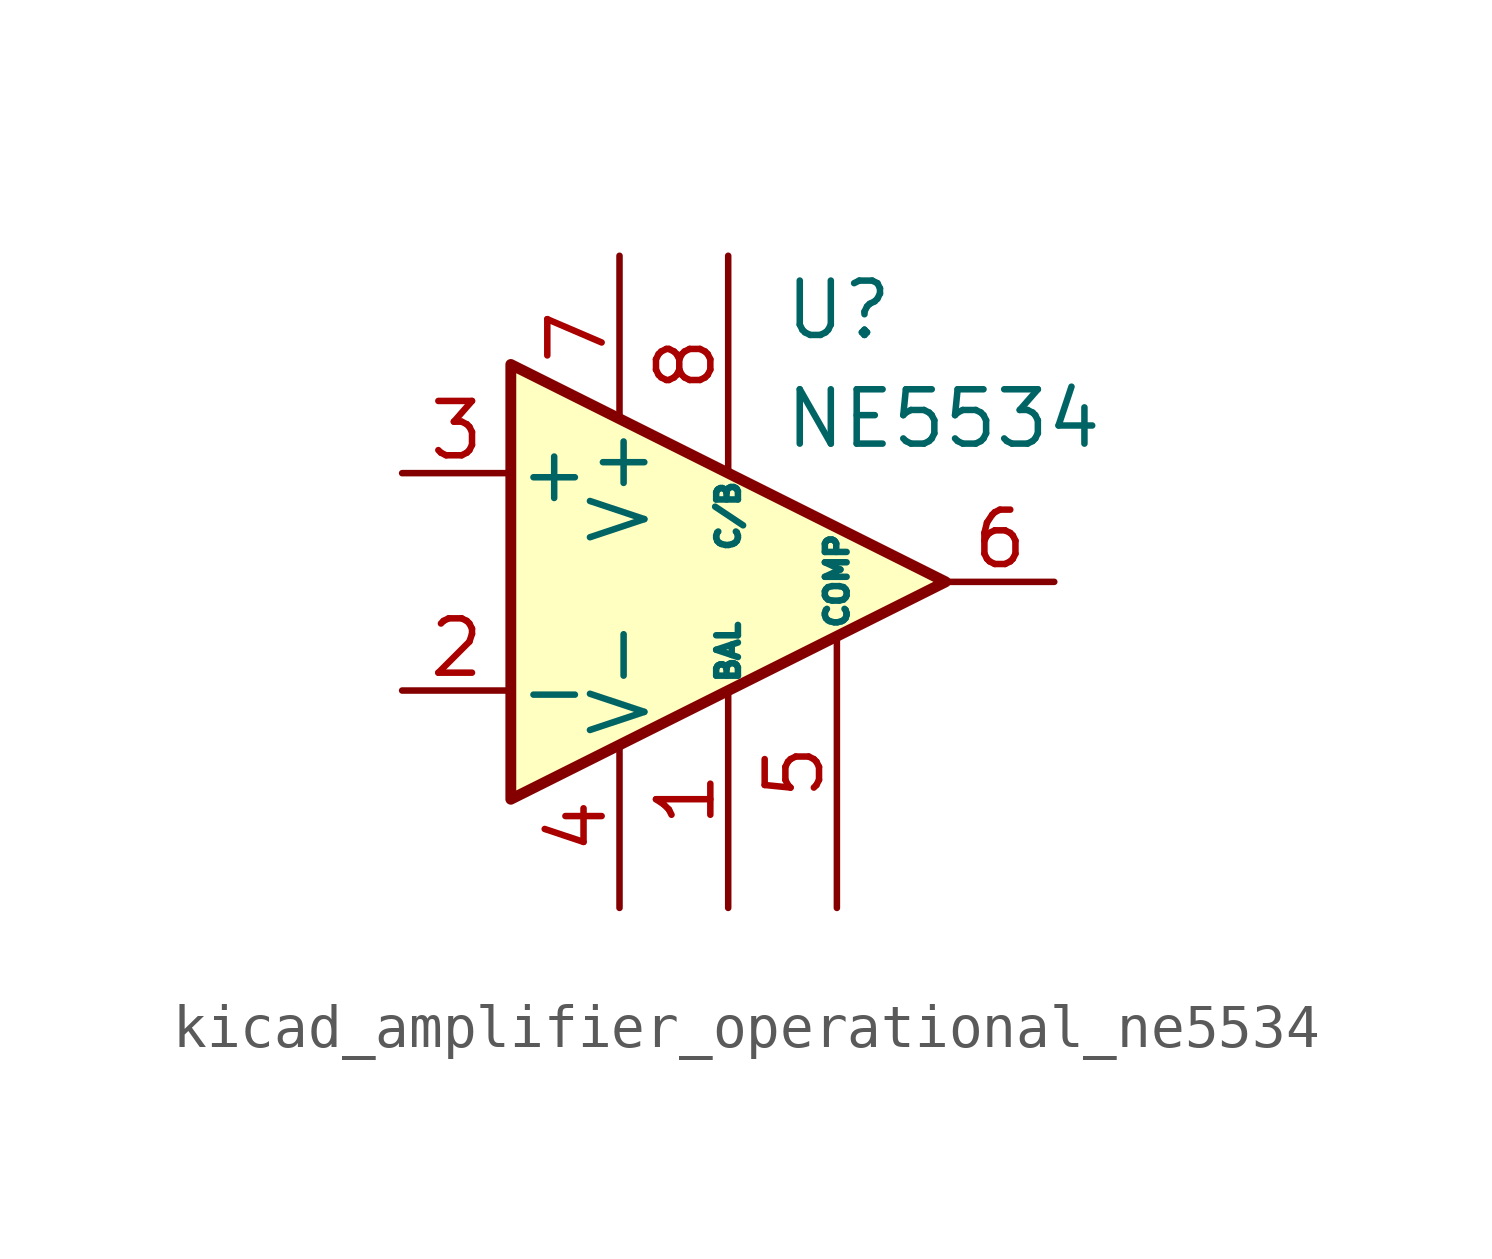
<source format=kicad_sym>
(kicad_symbol_lib
  (version 20220914)
  (generator kicad_symbol_editor)
  (symbol "kicad_amplifier_operational_ne5534"
    (pin_names
      (offset 0.127))
    (property "Reference" "U"
      (at 1.27 6.35 0)
      (effects (font (size 1.27 1.27)) (justify left)))
    (property "Value" "NE5534"
      (at 1.27 3.81 0)
      (effects (font (size 1.27 1.27)) (justify left)))
    (symbol "kicad_amplifier_operational_ne5534_0_1"
      (polyline (pts (xy -5.08 5.08) (xy 5.08 0) (xy -5.08 -5.08) (xy -5.08 5.08)) (stroke (width 0.254) (type default)) (fill (type background))))
    (symbol "kicad_amplifier_operational_ne5534_1_1"
      (pin input line (at 0 -7.62 90) (length 5.08) (name "BAL" (effects (font (size 0.508 0.508)))) (number "1" (effects (font (size 1.27 1.27)))))
      (pin input line (at -7.62 -2.54 0) (length 2.54) (name "-" (effects (font (size 1.27 1.27)))) (number "2" (effects (font (size 1.27 1.27)))))
      (pin input line (at -7.62 2.54 0) (length 2.54) (name "+" (effects (font (size 1.27 1.27)))) (number "3" (effects (font (size 1.27 1.27)))))
      (pin power_in line (at -2.54 -7.62 90) (length 3.81) (name "V-" (effects (font (size 1.27 1.27)))) (number "4" (effects (font (size 1.27 1.27)))))
      (pin input line (at 2.54 -7.62 90) (length 6.35) (name "COMP" (effects (font (size 0.508 0.508)))) (number "5" (effects (font (size 1.27 1.27)))))
      (pin output line (at 7.62 0 180) (length 2.54) (name "~" (effects (font (size 1.27 1.27)))) (number "6" (effects (font (size 1.27 1.27)))))
      (pin power_in line (at -2.54 7.62 270) (length 3.81) (name "V+" (effects (font (size 1.27 1.27)))) (number "7" (effects (font (size 1.27 1.27)))))
      (pin input line (at 0 7.62 270) (length 5.08) (name "C/B" (effects (font (size 0.508 0.508)))) (number "8" (effects (font (size 1.27 1.27))))))))
</source>
